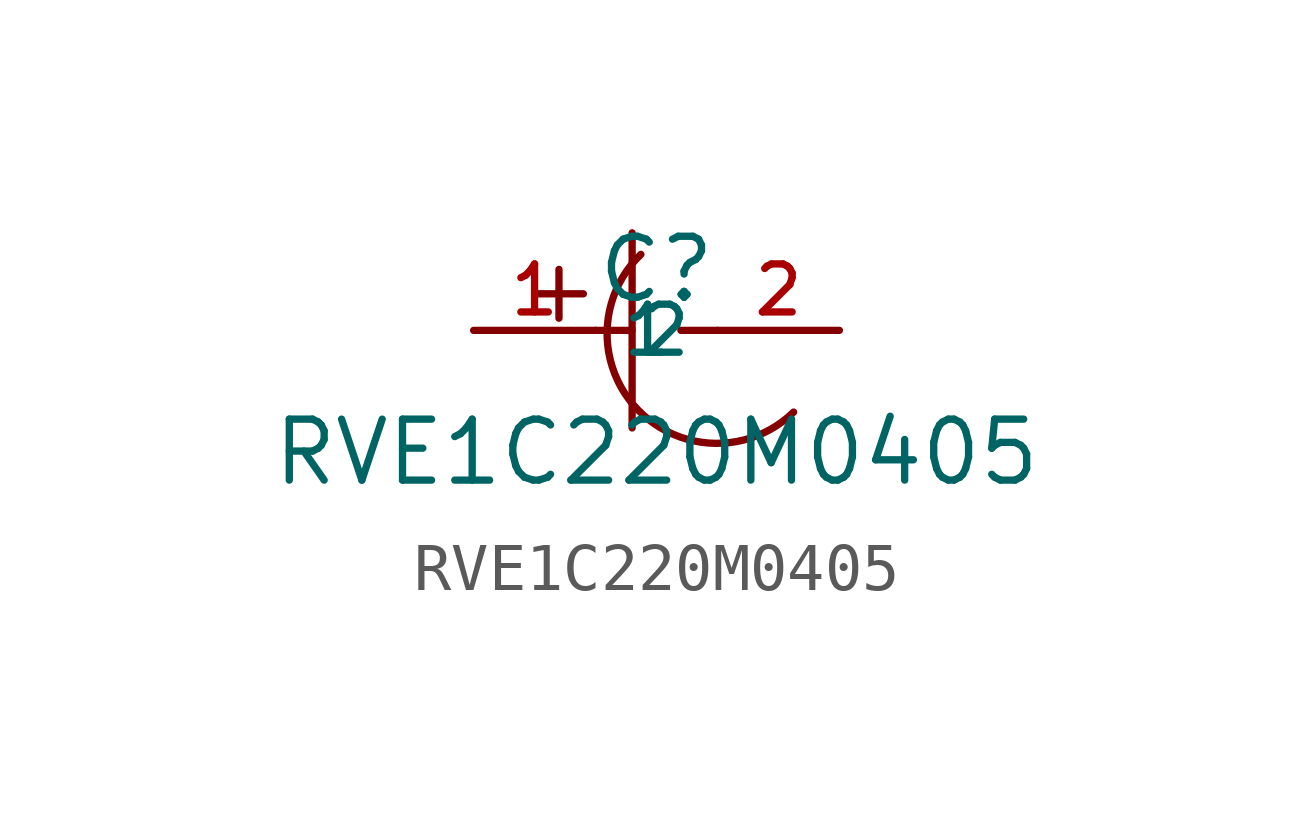
<source format=kicad_sym>
(kicad_symbol_lib
  (version 20210201)
  (generator TousstNicolas/JLC2KiCad_lib)
  (symbol "RVE1C220M0405"
    (property "Reference" "C"
      (at 0 1.27 0)
      (effects (font (size 1.27 1.27))))
    (property "Value" "RVE1C220M0405"
      (at 0 -2.54 0)
      (effects (font (size 1.27 1.27))))
    (symbol "RVE1C220M0405_0_1"
      (polyline (pts (xy -0.508 2.032) (xy -0.508 -2.032)) (stroke (width 0) (type default) (color 0 0 0 0)) (fill (type none)))
      (pin input line (at -3.81 -0.0 0) (length 2.54) (name "1" (effects (font (size 1 1)))) (number "1" (effects (font (size 1 1)))))
      (pin input line (at 3.81 -0.0 180) (length 2.54) (name "2" (effects (font (size 1 1)))) (number "2" (effects (font (size 1 1)))))
      (polyline (pts (xy -1.27 -0.0) (xy -0.508 -0.0)) (stroke (width 0) (type default) (color 0 0 0 0)) (fill (type none)))
      (polyline (pts (xy 0.508 -0.0) (xy 1.27 -0.0)) (stroke (width 0) (type default) (color 0 0 0 0)) (fill (type none)))
      (arc (start 2.8564835439492002 -1.7022661612919765) (mid -0.3760025087646711 -1.6506161322143769) (end -0.3243524796870717 1.5818699204994944) (stroke (width 0) (type default) (color 0 0 0 0)) (fill (type none)))
      (polyline (pts (xy -2.54 0.762) (xy -1.524 0.762)) (stroke (width 0) (type default) (color 0 0 0 0)) (fill (type none)))
      (polyline (pts (xy -2.032 1.27) (xy -2.032 0.254)) (stroke (width 0) (type default) (color 0 0 0 0)) (fill (type none))))))
</source>
